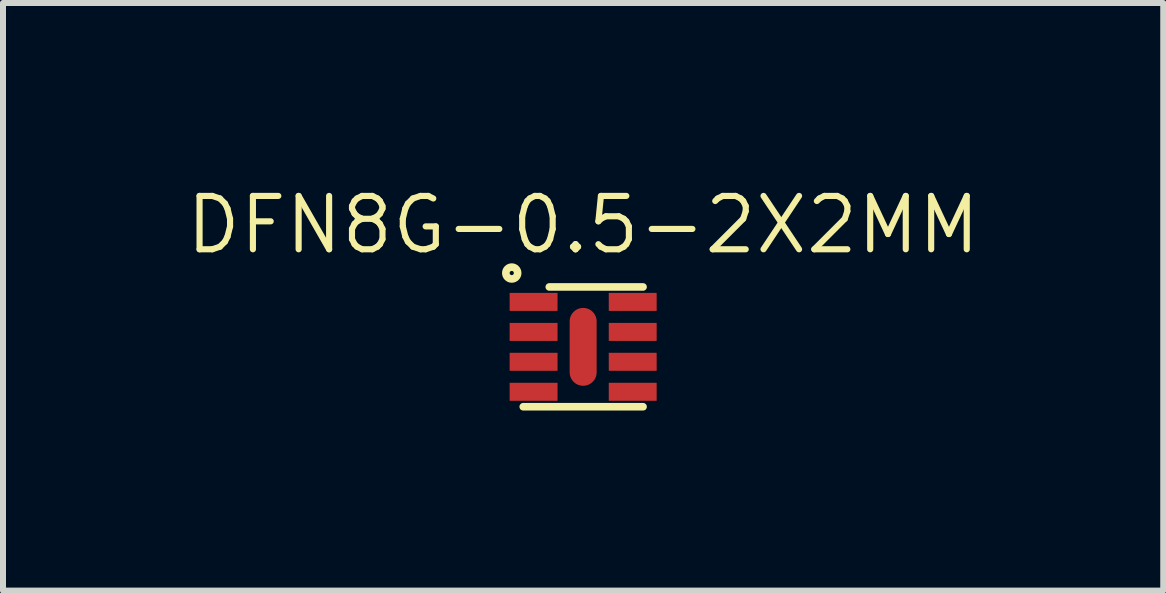
<source format=kicad_pcb>
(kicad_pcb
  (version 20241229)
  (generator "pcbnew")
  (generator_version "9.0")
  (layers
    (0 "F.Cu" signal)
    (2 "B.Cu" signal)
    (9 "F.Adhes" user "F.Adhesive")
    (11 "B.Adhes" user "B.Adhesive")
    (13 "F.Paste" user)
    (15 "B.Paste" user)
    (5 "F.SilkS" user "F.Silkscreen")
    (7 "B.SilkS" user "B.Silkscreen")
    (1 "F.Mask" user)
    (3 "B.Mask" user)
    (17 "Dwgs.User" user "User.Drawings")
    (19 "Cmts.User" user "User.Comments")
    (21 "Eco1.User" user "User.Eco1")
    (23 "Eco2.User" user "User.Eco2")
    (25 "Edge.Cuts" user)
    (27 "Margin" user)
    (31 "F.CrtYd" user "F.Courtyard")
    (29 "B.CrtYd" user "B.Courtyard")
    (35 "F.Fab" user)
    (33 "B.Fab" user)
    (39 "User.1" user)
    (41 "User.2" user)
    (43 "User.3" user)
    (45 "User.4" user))
  (footprint "DFN8G-0.5-2X2MM"
    (layer "F.Cu")
    (at 6.668 2.73)
    (property "Reference" "DFN8G-0.5-2X2MM" (at 0 -2.032 0) (layer "F.SilkS") (effects (font (size 0.889 0.889) (thickness 0.102))))
    (attr smd)
    (fp_line (start -1.016 1.016) (end 1.016 1.016) (stroke (width 0.066) (type solid)) (layer "F.SilkS"))
    (fp_line (start -0.564 -0.998) (end 0.998 -0.998) (stroke (width 0.127) (type solid)) (layer "F.SilkS"))
    (fp_line (start 0.998 0.998) (end -0.998 0.998) (stroke (width 0.127) (type solid)) (layer "F.SilkS"))
    (fp_circle (center -1.19 -1.23) (end -1.1 -1.19) (stroke (width 0.127) (type solid)) (fill no) (layer "F.SilkS"))
    (pad "1" smd rect (at -0.826 -0.749) (size 0.798 0.3) (layers "F.Cu" "F.Mask" "F.Paste"))
    (pad "2" smd rect (at -0.826 -0.249) (size 0.798 0.3) (layers "F.Cu" "F.Mask" "F.Paste"))
    (pad "3" smd rect (at -0.826 0.249) (size 0.798 0.3) (layers "F.Cu" "F.Mask" "F.Paste"))
    (pad "4" smd rect (at -0.826 0.749) (size 0.798 0.3) (layers "F.Cu" "F.Mask" "F.Paste"))
    (pad "5" smd rect (at 0.826 0.749 180) (size 0.798 0.3) (layers "F.Cu" "F.Mask" "F.Paste"))
    (pad "6" smd rect (at 0.826 0.249 180) (size 0.798 0.3) (layers "F.Cu" "F.Mask" "F.Paste"))
    (pad "7" smd rect (at 0.826 -0.249 180) (size 0.798 0.3) (layers "F.Cu" "F.Mask" "F.Paste"))
    (pad "8" smd rect (at 0.826 -0.749 180) (size 0.798 0.3) (layers "F.Cu" "F.Mask" "F.Paste"))
    (pad "9" smd oval (at 0 0 270) (size 1.298 0.45) (layers "F.Cu" "F.Mask" "F.Paste")))
  (gr_rect
    (start -3 -3)
    (end 16.335 6.792)
    (stroke (width 0.1) (type default))
    (fill no)
    (layer "Edge.Cuts")))
</source>
